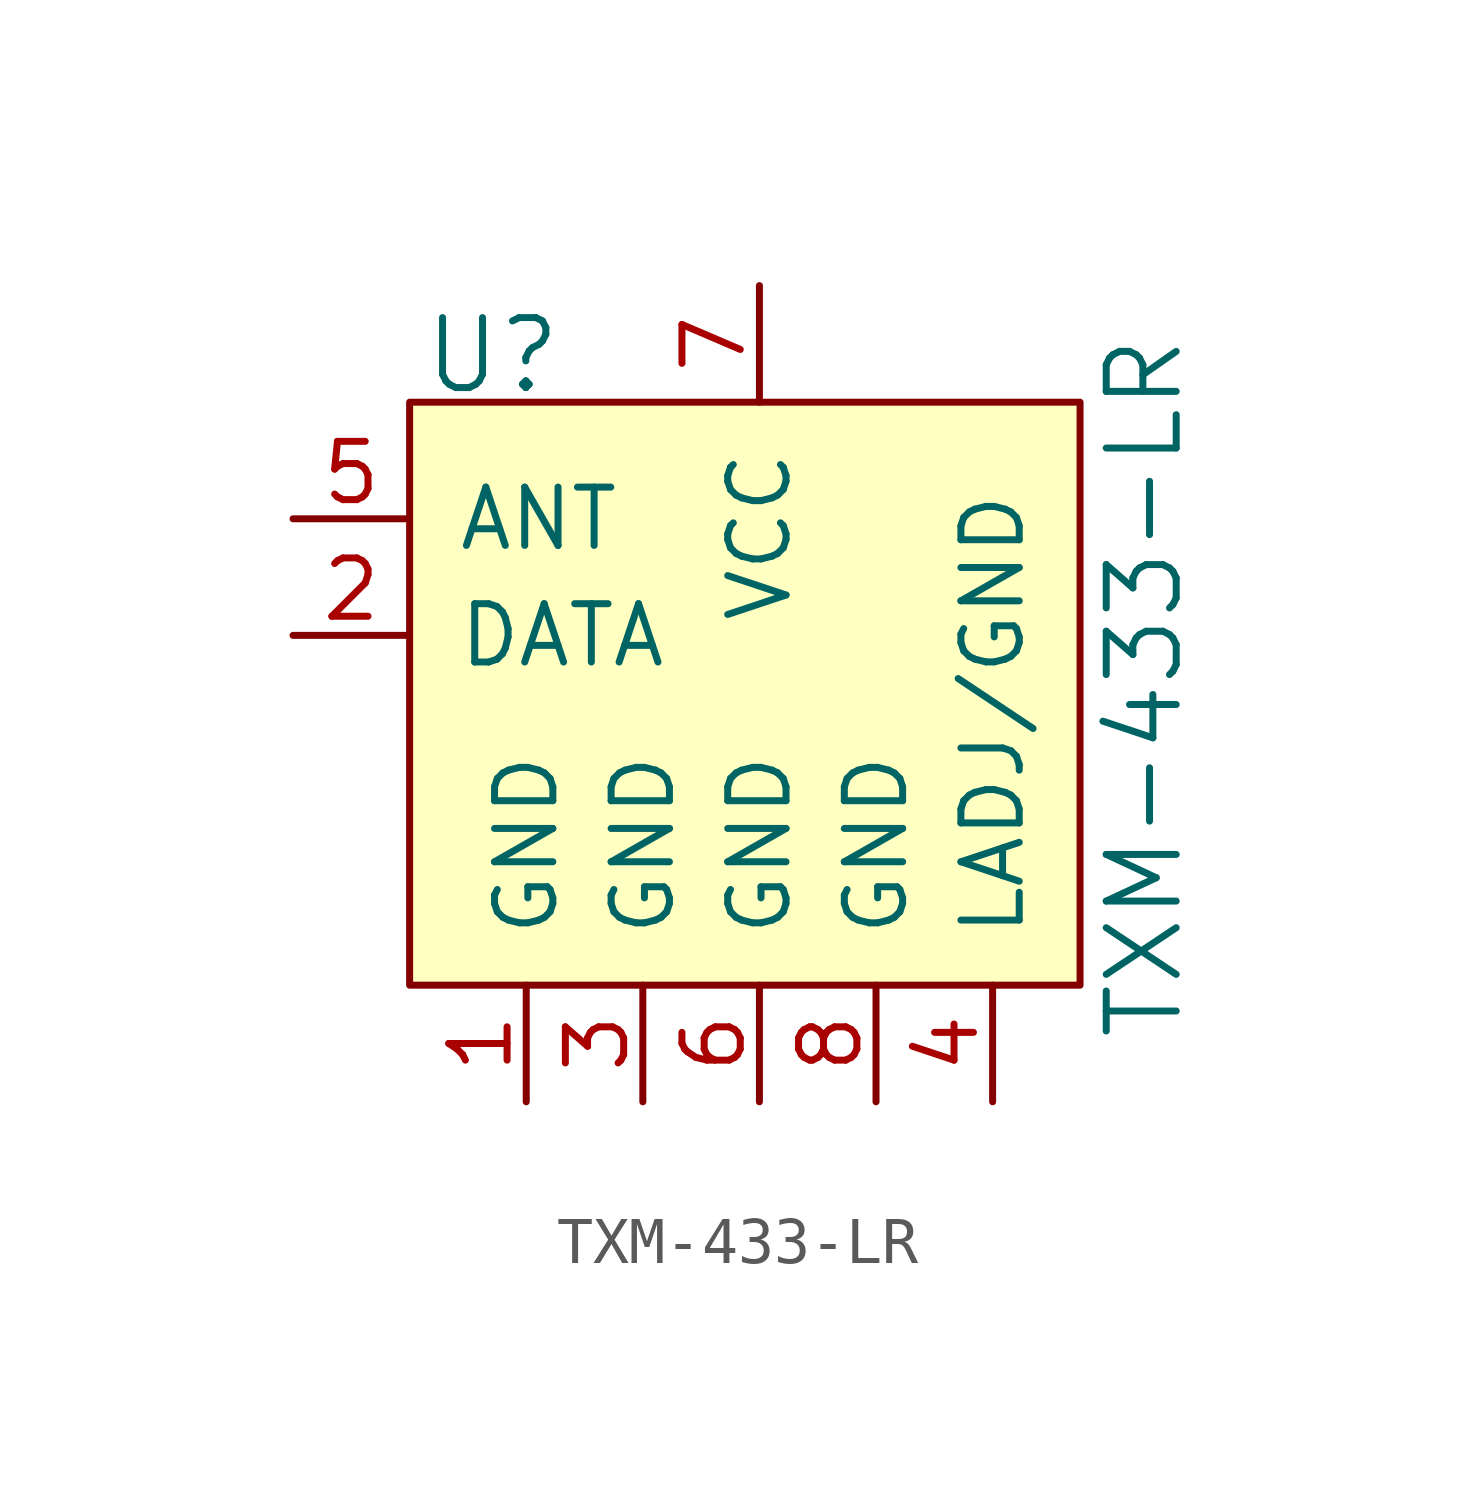
<source format=kicad_sym>
(kicad_symbol_lib
  (version 20231120)
  (generator "kicad_symbol_editor")
  (generator_version "8.0")
  (symbol "TXM-433-LR"
    (pin_names
      (offset 1.016))
    (property "Reference" "U"
      (at -7.366 8.636 0)
      (effects (font (size 1.524 1.524)) (justify left)))
    (property "Value" "TXM-433-LR"
      (at 8.382 1.397 90)
      (effects (font (size 1.524 1.524))))
    (symbol "TXM-433-LR_0_1"
      (rectangle (start -7.62 7.62) (end 6.985 -5.08) (stroke (width 0) (type default)) (fill (type background))))
    (symbol "TXM-433-LR_1_1"
      (pin power_in line (at -5.08 -7.62 90) (length 2.54) (name "GND" (effects (font (size 1.27 1.27)))) (number "1" (effects (font (size 1.27 1.27)))))
      (pin bidirectional line (at -10.16 2.54 0) (length 2.54) (name "DATA" (effects (font (size 1.27 1.27)))) (number "2" (effects (font (size 1.27 1.27)))))
      (pin power_in line (at -2.54 -7.62 90) (length 2.54) (name "GND" (effects (font (size 1.27 1.27)))) (number "3" (effects (font (size 1.27 1.27)))))
      (pin power_in line (at 5.08 -7.62 90) (length 2.54) (name "LADJ/GND" (effects (font (size 1.27 1.27)))) (number "4" (effects (font (size 1.27 1.27)))))
      (pin input line (at -10.16 5.08 0) (length 2.54) (name "ANT" (effects (font (size 1.27 1.27)))) (number "5" (effects (font (size 1.27 1.27)))))
      (pin power_in line (at 0 -7.62 90) (length 2.54) (name "GND" (effects (font (size 1.27 1.27)))) (number "6" (effects (font (size 1.27 1.27)))))
      (pin power_in line (at 0 10.16 270) (length 2.54) (name "VCC" (effects (font (size 1.27 1.27)))) (number "7" (effects (font (size 1.27 1.27)))))
      (pin power_in line (at 2.54 -7.62 90) (length 2.54) (name "GND" (effects (font (size 1.27 1.27)))) (number "8" (effects (font (size 1.27 1.27))))))))
</source>
